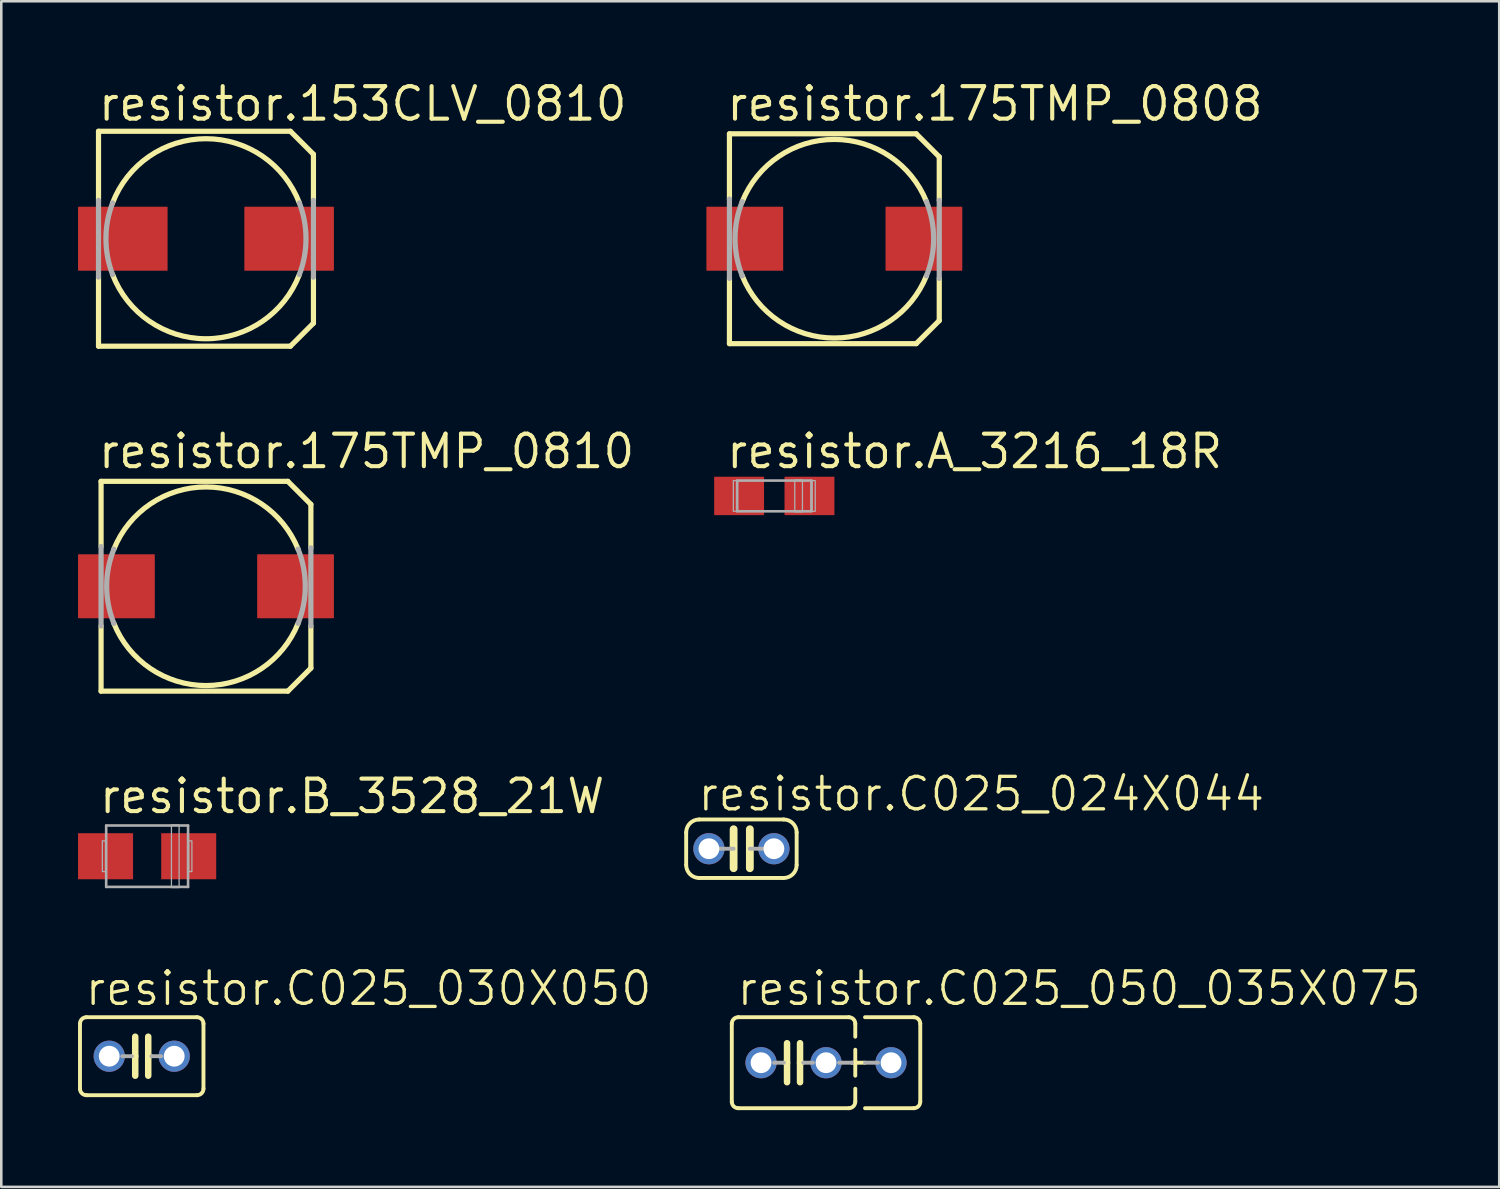
<source format=kicad_pcb>
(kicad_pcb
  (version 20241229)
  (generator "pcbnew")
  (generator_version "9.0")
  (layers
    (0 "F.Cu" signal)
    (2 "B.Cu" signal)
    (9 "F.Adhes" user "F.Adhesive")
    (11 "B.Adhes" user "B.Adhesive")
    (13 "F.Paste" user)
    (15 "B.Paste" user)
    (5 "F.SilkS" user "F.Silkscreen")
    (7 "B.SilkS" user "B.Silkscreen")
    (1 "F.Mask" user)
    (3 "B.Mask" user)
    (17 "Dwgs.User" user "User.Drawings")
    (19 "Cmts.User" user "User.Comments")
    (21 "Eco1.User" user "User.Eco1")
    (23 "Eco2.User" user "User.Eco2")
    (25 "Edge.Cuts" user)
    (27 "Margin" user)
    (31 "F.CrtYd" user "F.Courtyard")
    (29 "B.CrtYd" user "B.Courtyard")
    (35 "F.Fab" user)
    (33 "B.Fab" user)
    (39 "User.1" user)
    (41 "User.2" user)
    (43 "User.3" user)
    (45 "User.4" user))
  (footprint "resistor.153CLV_0810"
    (layer "F.Cu")
    (at 5 6.28)
    (property "Reference" "resistor.153CLV_0810" (at -4.29 -4.53 0) (layer "F.SilkS") (effects (font (size 1.27 1.27) (thickness 0.16)) (justify left bottom)))
    (attr smd)
    (fp_line (start -4.2 -4.2) (end 3.3 -4.2) (stroke (width 0.203) (type default)) (layer "F.SilkS"))
    (fp_line (start -4.2 -1.5) (end -4.2 -4.2) (stroke (width 0.203) (type default)) (layer "F.SilkS"))
    (fp_line (start -4.2 4.2) (end -4.2 1.5) (stroke (width 0.203) (type default)) (layer "F.SilkS"))
    (fp_line (start 3.3 -4.2) (end 4.2 -3.3) (stroke (width 0.203) (type default)) (layer "F.SilkS"))
    (fp_line (start 3.3 4.2) (end -4.2 4.2) (stroke (width 0.203) (type default)) (layer "F.SilkS"))
    (fp_line (start 4.2 -3.3) (end 4.2 -1.5) (stroke (width 0.203) (type default)) (layer "F.SilkS"))
    (fp_line (start 4.2 1.5) (end 4.2 3.3) (stroke (width 0.203) (type default)) (layer "F.SilkS"))
    (fp_line (start 4.2 3.3) (end 3.3 4.2) (stroke (width 0.203) (type default)) (layer "F.SilkS"))
    (fp_arc (start -3.65 -1.4) (mid 0 -3.909284) (end 3.65 -1.4) (stroke (width 0.2032) (type default)) (layer "F.SilkS"))
    (fp_arc (start 3.65 1.4) (mid 0 3.909284) (end -3.65 1.4) (stroke (width 0.2032) (type default)) (layer "F.SilkS"))
    (fp_line (start -4.2 1.5) (end -4.2 -1.5) (stroke (width 0.203) (type default)) (layer "F.Fab"))
    (fp_line (start 4.2 -1.5) (end 4.2 1.5) (stroke (width 0.203) (type default)) (layer "F.Fab"))
    (fp_arc (start -3.65 1.4) (mid -3.909284 0) (end -3.65 -1.4) (stroke (width 0.2032) (type default)) (layer "F.Fab"))
    (fp_arc (start 3.65 -1.4) (mid 3.909284 0) (end 3.65 1.4) (stroke (width 0.2032) (type default)) (layer "F.Fab"))
    (pad "+" smd roundrect (at 3.25 0) (size 3.5 2.5) (layers "F.Cu" "F.Mask" "F.Paste") (roundrect_rratio 0.01))
    (pad "-" smd roundrect (at -3.25 0) (size 3.5 2.5) (layers "F.Cu" "F.Mask" "F.Paste") (roundrect_rratio 0.01)))
  (footprint "resistor.A_3216_18R"
    (layer "F.Cu")
    (at 27.211 16.332)
    (property "Reference" "resistor.A_3216_18R" (at -1.95 -1 0) (layer "F.SilkS") (effects (font (size 1.27 1.27) (thickness 0.16)) (justify left bottom)))
    (attr smd)
    (fp_line (start -1.45 -0.6) (end 1.45 -0.6) (stroke (width 0.102) (type default)) (layer "F.Fab"))
    (fp_line (start -1.45 0.6) (end -1.45 -0.6) (stroke (width 0.102) (type default)) (layer "F.Fab"))
    (fp_line (start 1.45 -0.6) (end 1.45 0.6) (stroke (width 0.102) (type default)) (layer "F.Fab"))
    (fp_line (start 1.45 0.6) (end -1.45 0.6) (stroke (width 0.102) (type default)) (layer "F.Fab"))
    (fp_rect (start -1.6 0.6) (end -1.475 -0.6) (stroke (width 0.05) (type default)) (fill no) (layer "F.Fab"))
    (fp_rect (start 0.8 0.625) (end 1.1 -0.625) (stroke (width 0.05) (type default)) (fill no) (layer "F.Fab"))
    (fp_rect (start 1.475 0.6) (end 1.6 -0.6) (stroke (width 0.05) (type default)) (fill no) (layer "F.Fab"))
    (pad "+" smd roundrect (at 1.375 0) (size 1.95 1.5) (layers "F.Cu" "F.Mask" "F.Paste") (roundrect_rratio 0.01))
    (pad "-" smd roundrect (at -1.375 0) (size 1.95 1.5) (layers "F.Cu" "F.Mask" "F.Paste") (roundrect_rratio 0.01)))
  (footprint "resistor.175TMP_0810"
    (layer "F.Cu")
    (at 5 19.862)
    (property "Reference" "resistor.175TMP_0810" (at -4.29 -4.53 0) (layer "F.SilkS") (effects (font (size 1.27 1.27) (thickness 0.16)) (justify left bottom)))
    (attr smd)
    (fp_line (start -4.1 -4.1) (end 3.2 -4.1) (stroke (width 0.203) (type default)) (layer "F.SilkS"))
    (fp_line (start -4.1 -1.55) (end -4.1 -4.1) (stroke (width 0.203) (type default)) (layer "F.SilkS"))
    (fp_line (start -4.1 4.1) (end -4.1 1.55) (stroke (width 0.203) (type default)) (layer "F.SilkS"))
    (fp_line (start 3.2 -4.1) (end 4.1 -3.2) (stroke (width 0.203) (type default)) (layer "F.SilkS"))
    (fp_line (start 3.2 4.1) (end -4.1 4.1) (stroke (width 0.203) (type default)) (layer "F.SilkS"))
    (fp_line (start 4.1 -3.2) (end 4.1 -1.5) (stroke (width 0.203) (type default)) (layer "F.SilkS"))
    (fp_line (start 4.1 1.55) (end 4.1 3.2) (stroke (width 0.203) (type default)) (layer "F.SilkS"))
    (fp_line (start 4.1 3.2) (end 3.2 4.1) (stroke (width 0.203) (type default)) (layer "F.SilkS"))
    (fp_arc (start -3.6 -1.45) (mid 0 -3.881044) (end 3.6 -1.45) (stroke (width 0.2032) (type default)) (layer "F.SilkS"))
    (fp_arc (start 3.6 1.45) (mid 0 3.881044) (end -3.6 1.45) (stroke (width 0.2032) (type default)) (layer "F.SilkS"))
    (fp_line (start -4.1 1.55) (end -4.1 -1.55) (stroke (width 0.203) (type default)) (layer "F.Fab"))
    (fp_line (start 4.1 -1.5) (end 4.1 1.55) (stroke (width 0.203) (type default)) (layer "F.Fab"))
    (fp_arc (start -3.6 1.45) (mid -3.881044 0) (end -3.6 -1.45) (stroke (width 0.2032) (type default)) (layer "F.Fab"))
    (fp_arc (start 3.6 -1.45) (mid 3.881044 0) (end 3.6 1.45) (stroke (width 0.2032) (type default)) (layer "F.Fab"))
    (pad "+" smd roundrect (at 3.5 0) (size 3 2.5) (layers "F.Cu" "F.Mask" "F.Paste") (roundrect_rratio 0.01))
    (pad "-" smd roundrect (at -3.5 0) (size 3 2.5) (layers "F.Cu" "F.Mask" "F.Paste") (roundrect_rratio 0.01)))
  (footprint "resistor.C025_030X050"
    (layer "F.Cu")
    (at 2.489 38.229)
    (property "Reference" "resistor.C025_030X050" (at -2.286 -1.905 0) (layer "F.SilkS") (effects (font (size 1.27 1.27) (thickness 0.13)) (justify left bottom)))
    (attr through_hole)
    (fp_line (start -2.413 -1.27) (end -2.413 1.27) (stroke (width 0.152) (type default)) (layer "F.SilkS"))
    (fp_line (start -2.159 -1.524) (end 2.159 -1.524) (stroke (width 0.152) (type default)) (layer "F.SilkS"))
    (fp_line (start -0.254 -0.762) (end -0.254 0) (stroke (width 0.254) (type default)) (layer "F.SilkS"))
    (fp_line (start -0.254 0) (end -0.381 0) (stroke (width 0.152) (type default)) (layer "F.SilkS"))
    (fp_line (start -0.254 0) (end -0.254 0.762) (stroke (width 0.254) (type default)) (layer "F.SilkS"))
    (fp_line (start 0.254 0) (end 0.254 -0.762) (stroke (width 0.254) (type default)) (layer "F.SilkS"))
    (fp_line (start 0.254 0) (end 0.254 0.762) (stroke (width 0.254) (type default)) (layer "F.SilkS"))
    (fp_line (start 0.381 0) (end 0.254 0) (stroke (width 0.152) (type default)) (layer "F.SilkS"))
    (fp_line (start 2.159 1.524) (end -2.159 1.524) (stroke (width 0.152) (type default)) (layer "F.SilkS"))
    (fp_line (start 2.413 -1.27) (end 2.413 1.27) (stroke (width 0.152) (type default)) (layer "F.SilkS"))
    (fp_arc (start -2.413 -1.27) (mid -2.338605 -1.449605) (end -2.159 -1.524) (stroke (width 0.1524) (type default)) (layer "F.SilkS"))
    (fp_arc (start -2.159 1.524) (mid -2.338605 1.449605) (end -2.413 1.27) (stroke (width 0.1524) (type default)) (layer "F.SilkS"))
    (fp_arc (start 2.159 -1.524) (mid 2.338605 -1.449605) (end 2.413 -1.27) (stroke (width 0.1524) (type default)) (layer "F.SilkS"))
    (fp_arc (start 2.413 1.27) (mid 2.338605 1.449605) (end 2.159 1.524) (stroke (width 0.1524) (type default)) (layer "F.SilkS"))
    (fp_line (start -0.381 0) (end -0.762 0) (stroke (width 0.152) (type default)) (layer "F.Fab"))
    (fp_line (start 0.762 0) (end 0.381 0) (stroke (width 0.152) (type default)) (layer "F.Fab"))
    (pad "1" thru_hole circle (at -1.27 0) (size 1.219 1.219) (drill 0.813) (layers "*.Cu" "*.Mask"))
    (pad "2" thru_hole circle (at 1.27 0) (size 1.219 1.219) (drill 0.813) (layers "*.Cu" "*.Mask")))
  (footprint "resistor.175TMP_0808"
    (layer "F.Cu")
    (at 29.558 6.28)
    (property "Reference" "resistor.175TMP_0808" (at -4.29 -4.53 0) (layer "F.SilkS") (effects (font (size 1.27 1.27) (thickness 0.16)) (justify left bottom)))
    (attr smd)
    (fp_line (start -4.1 -4.1) (end 3.2 -4.1) (stroke (width 0.203) (type default)) (layer "F.SilkS"))
    (fp_line (start -4.1 -1.55) (end -4.1 -4.1) (stroke (width 0.203) (type default)) (layer "F.SilkS"))
    (fp_line (start -4.1 4.1) (end -4.1 1.55) (stroke (width 0.203) (type default)) (layer "F.SilkS"))
    (fp_line (start 3.2 -4.1) (end 4.1 -3.2) (stroke (width 0.203) (type default)) (layer "F.SilkS"))
    (fp_line (start 3.2 4.1) (end -4.1 4.1) (stroke (width 0.203) (type default)) (layer "F.SilkS"))
    (fp_line (start 4.1 -3.2) (end 4.1 -1.5) (stroke (width 0.203) (type default)) (layer "F.SilkS"))
    (fp_line (start 4.1 1.55) (end 4.1 3.2) (stroke (width 0.203) (type default)) (layer "F.SilkS"))
    (fp_line (start 4.1 3.2) (end 3.2 4.1) (stroke (width 0.203) (type default)) (layer "F.SilkS"))
    (fp_arc (start -3.6 -1.45) (mid 0 -3.881044) (end 3.6 -1.45) (stroke (width 0.2032) (type default)) (layer "F.SilkS"))
    (fp_arc (start 3.6 1.45) (mid 0 3.881044) (end -3.6 1.45) (stroke (width 0.2032) (type default)) (layer "F.SilkS"))
    (fp_line (start -4.1 1.55) (end -4.1 -1.55) (stroke (width 0.203) (type default)) (layer "F.Fab"))
    (fp_line (start 4.1 -1.5) (end 4.1 1.55) (stroke (width 0.203) (type default)) (layer "F.Fab"))
    (fp_arc (start -3.6 1.45) (mid -3.881044 0) (end -3.6 -1.45) (stroke (width 0.2032) (type default)) (layer "F.Fab"))
    (fp_arc (start 3.6 -1.45) (mid 3.881044 0) (end 3.6 1.45) (stroke (width 0.2032) (type default)) (layer "F.Fab"))
    (pad "+" smd roundrect (at 3.5 0) (size 3 2.5) (layers "F.Cu" "F.Mask" "F.Paste") (roundrect_rratio 0.01))
    (pad "-" smd roundrect (at -3.5 0) (size 3 2.5) (layers "F.Cu" "F.Mask" "F.Paste") (roundrect_rratio 0.01)))
  (footprint "resistor.B_3528_21W"
    (layer "F.Cu")
    (at 2.7 30.413)
    (property "Reference" "resistor.B_3528_21W" (at -1.95 -1.6 0) (layer "F.SilkS") (effects (font (size 1.27 1.27) (thickness 0.16)) (justify left bottom)))
    (attr smd)
    (fp_line (start -1.6 -1.2) (end 1.6 -1.2) (stroke (width 0.102) (type default)) (layer "F.Fab"))
    (fp_line (start -1.6 1.2) (end -1.6 -1.2) (stroke (width 0.102) (type default)) (layer "F.Fab"))
    (fp_line (start 1.6 -1.2) (end 1.6 1.2) (stroke (width 0.102) (type default)) (layer "F.Fab"))
    (fp_line (start 1.6 1.2) (end -1.6 1.2) (stroke (width 0.102) (type default)) (layer "F.Fab"))
    (fp_rect (start -1.75 0.6) (end -1.625 -0.6) (stroke (width 0.05) (type default)) (fill no) (layer "F.Fab"))
    (fp_rect (start 0.95 1.225) (end 1.25 -1.225) (stroke (width 0.05) (type default)) (fill no) (layer "F.Fab"))
    (fp_rect (start 1.625 0.6) (end 1.75 -0.6) (stroke (width 0.05) (type default)) (fill no) (layer "F.Fab"))
    (pad "+" smd roundrect (at 1.625 0) (size 2.15 1.8) (layers "F.Cu" "F.Mask" "F.Paste") (roundrect_rratio 0.01))
    (pad "-" smd roundrect (at -1.625 0) (size 2.15 1.8) (layers "F.Cu" "F.Mask" "F.Paste") (roundrect_rratio 0.01)))
  (footprint "resistor.C025_024X044"
    (layer "F.Cu")
    (at 25.926 30.12)
    (property "Reference" "resistor.C025_024X044" (at -1.778 -1.397 0) (layer "F.SilkS") (effects (font (size 1.27 1.27) (thickness 0.13)) (justify left bottom)))
    (attr through_hole)
    (fp_line (start -2.159 0.635) (end -2.159 -0.635) (stroke (width 0.152) (type default)) (layer "F.SilkS"))
    (fp_line (start -0.305 -0.762) (end -0.305 0.762) (stroke (width 0.305) (type default)) (layer "F.SilkS"))
    (fp_line (start 0.33 -0.762) (end 0.33 0.762) (stroke (width 0.305) (type default)) (layer "F.SilkS"))
    (fp_line (start 1.651 -1.143) (end -1.651 -1.143) (stroke (width 0.152) (type default)) (layer "F.SilkS"))
    (fp_line (start 1.651 1.143) (end -1.651 1.143) (stroke (width 0.152) (type default)) (layer "F.SilkS"))
    (fp_line (start 2.159 0.635) (end 2.159 -0.635) (stroke (width 0.152) (type default)) (layer "F.SilkS"))
    (fp_arc (start -2.159 -0.635) (mid -2.01021 -0.99421) (end -1.651 -1.143) (stroke (width 0.1524) (type default)) (layer "F.SilkS"))
    (fp_arc (start -1.651 1.143) (mid -2.01021 0.99421) (end -2.159 0.635) (stroke (width 0.1524) (type default)) (layer "F.SilkS"))
    (fp_arc (start 1.651 -1.143) (mid 2.01021 -0.99421) (end 2.159 -0.635) (stroke (width 0.1524) (type default)) (layer "F.SilkS"))
    (fp_arc (start 2.159 0.635) (mid 2.01021 0.99421) (end 1.651 1.143) (stroke (width 0.1524) (type default)) (layer "F.SilkS"))
    (fp_line (start -1.27 0) (end -0.305 0) (stroke (width 0.152) (type default)) (layer "F.Fab"))
    (fp_line (start 1.27 0) (end 0.33 0) (stroke (width 0.152) (type default)) (layer "F.Fab"))
    (pad "1" thru_hole circle (at -1.27 0) (size 1.219 1.219) (drill 0.813) (layers "*.Cu" "*.Mask"))
    (pad "2" thru_hole circle (at 1.27 0) (size 1.219 1.219) (drill 0.813) (layers "*.Cu" "*.Mask")))
  (footprint "resistor.C025_050_035X075"
    (layer "F.Cu")
    (at 27.963 38.483)
    (property "Reference" "resistor.C025_050_035X075" (at -2.286 -2.159 0) (layer "F.SilkS") (effects (font (size 1.27 1.27) (thickness 0.13)) (justify left bottom)))
    (attr through_hole)
    (fp_line (start -2.413 -1.524) (end -2.413 1.524) (stroke (width 0.152) (type default)) (layer "F.SilkS"))
    (fp_line (start -2.159 -1.778) (end 2.159 -1.778) (stroke (width 0.152) (type default)) (layer "F.SilkS"))
    (fp_line (start -0.254 -0.762) (end -0.254 0) (stroke (width 0.254) (type default)) (layer "F.SilkS"))
    (fp_line (start -0.254 0) (end -0.381 0) (stroke (width 0.152) (type default)) (layer "F.SilkS"))
    (fp_line (start -0.254 0) (end -0.254 0.762) (stroke (width 0.254) (type default)) (layer "F.SilkS"))
    (fp_line (start 0.254 0) (end 0.254 -0.762) (stroke (width 0.254) (type default)) (layer "F.SilkS"))
    (fp_line (start 0.254 0) (end 0.254 0.762) (stroke (width 0.254) (type default)) (layer "F.SilkS"))
    (fp_line (start 0.381 0) (end 0.254 0) (stroke (width 0.152) (type default)) (layer "F.SilkS"))
    (fp_line (start 2.159 1.778) (end -2.159 1.778) (stroke (width 0.152) (type default)) (layer "F.SilkS"))
    (fp_line (start 2.286 0) (end 2.794 0) (stroke (width 0.152) (type default)) (layer "F.SilkS"))
    (fp_line (start 2.413 -1.524) (end 2.413 -1.016) (stroke (width 0.152) (type default)) (layer "F.SilkS"))
    (fp_line (start 2.413 -0.508) (end 2.413 0.508) (stroke (width 0.152) (type default)) (layer "F.SilkS"))
    (fp_line (start 2.413 1.016) (end 2.413 1.524) (stroke (width 0.152) (type default)) (layer "F.SilkS"))
    (fp_line (start 2.794 -1.778) (end 4.699 -1.778) (stroke (width 0.152) (type default)) (layer "F.SilkS"))
    (fp_line (start 4.699 1.778) (end 2.794 1.778) (stroke (width 0.152) (type default)) (layer "F.SilkS"))
    (fp_line (start 4.953 -1.524) (end 4.953 1.524) (stroke (width 0.152) (type default)) (layer "F.SilkS"))
    (fp_arc (start -2.413 -1.524) (mid -2.338605 -1.703605) (end -2.159 -1.778) (stroke (width 0.1524) (type default)) (layer "F.SilkS"))
    (fp_arc (start -2.159 1.778) (mid -2.338605 1.703605) (end -2.413 1.524) (stroke (width 0.1524) (type default)) (layer "F.SilkS"))
    (fp_arc (start 2.159 -1.778) (mid 2.338605 -1.703605) (end 2.413 -1.524) (stroke (width 0.1524) (type default)) (layer "F.SilkS"))
    (fp_arc (start 2.413 1.524) (mid 2.338605 1.703605) (end 2.159 1.778) (stroke (width 0.1524) (type default)) (layer "F.SilkS"))
    (fp_arc (start 4.699 -1.778) (mid 4.878605 -1.703605) (end 4.953 -1.524) (stroke (width 0.1524) (type default)) (layer "F.SilkS"))
    (fp_arc (start 4.953 1.524) (mid 4.878605 1.703605) (end 4.699 1.778) (stroke (width 0.1524) (type default)) (layer "F.SilkS"))
    (fp_line (start -0.381 0) (end -0.762 0) (stroke (width 0.152) (type default)) (layer "F.Fab"))
    (fp_line (start 0.381 0) (end 0.762 0) (stroke (width 0.152) (type default)) (layer "F.Fab"))
    (fp_line (start 2.286 0) (end 1.778 0) (stroke (width 0.152) (type default)) (layer "F.Fab"))
    (fp_line (start 2.794 0) (end 3.302 0) (stroke (width 0.152) (type default)) (layer "F.Fab"))
    (pad "1" thru_hole circle (at -1.27 0) (size 1.219 1.219) (drill 0.813) (layers "*.Cu" "*.Mask"))
    (pad "2" thru_hole circle (at 1.27 0) (size 1.219 1.219) (drill 0.813) (layers "*.Cu" "*.Mask"))
    (pad "3" thru_hole circle (at 3.81 0) (size 1.219 1.219) (drill 0.813) (layers "*.Cu" "*.Mask")))
  (gr_rect
    (start -3 -3)
    (end 55.543 43.337)
    (stroke (width 0.1) (type default))
    (fill no)
    (layer "Edge.Cuts")))
</source>
